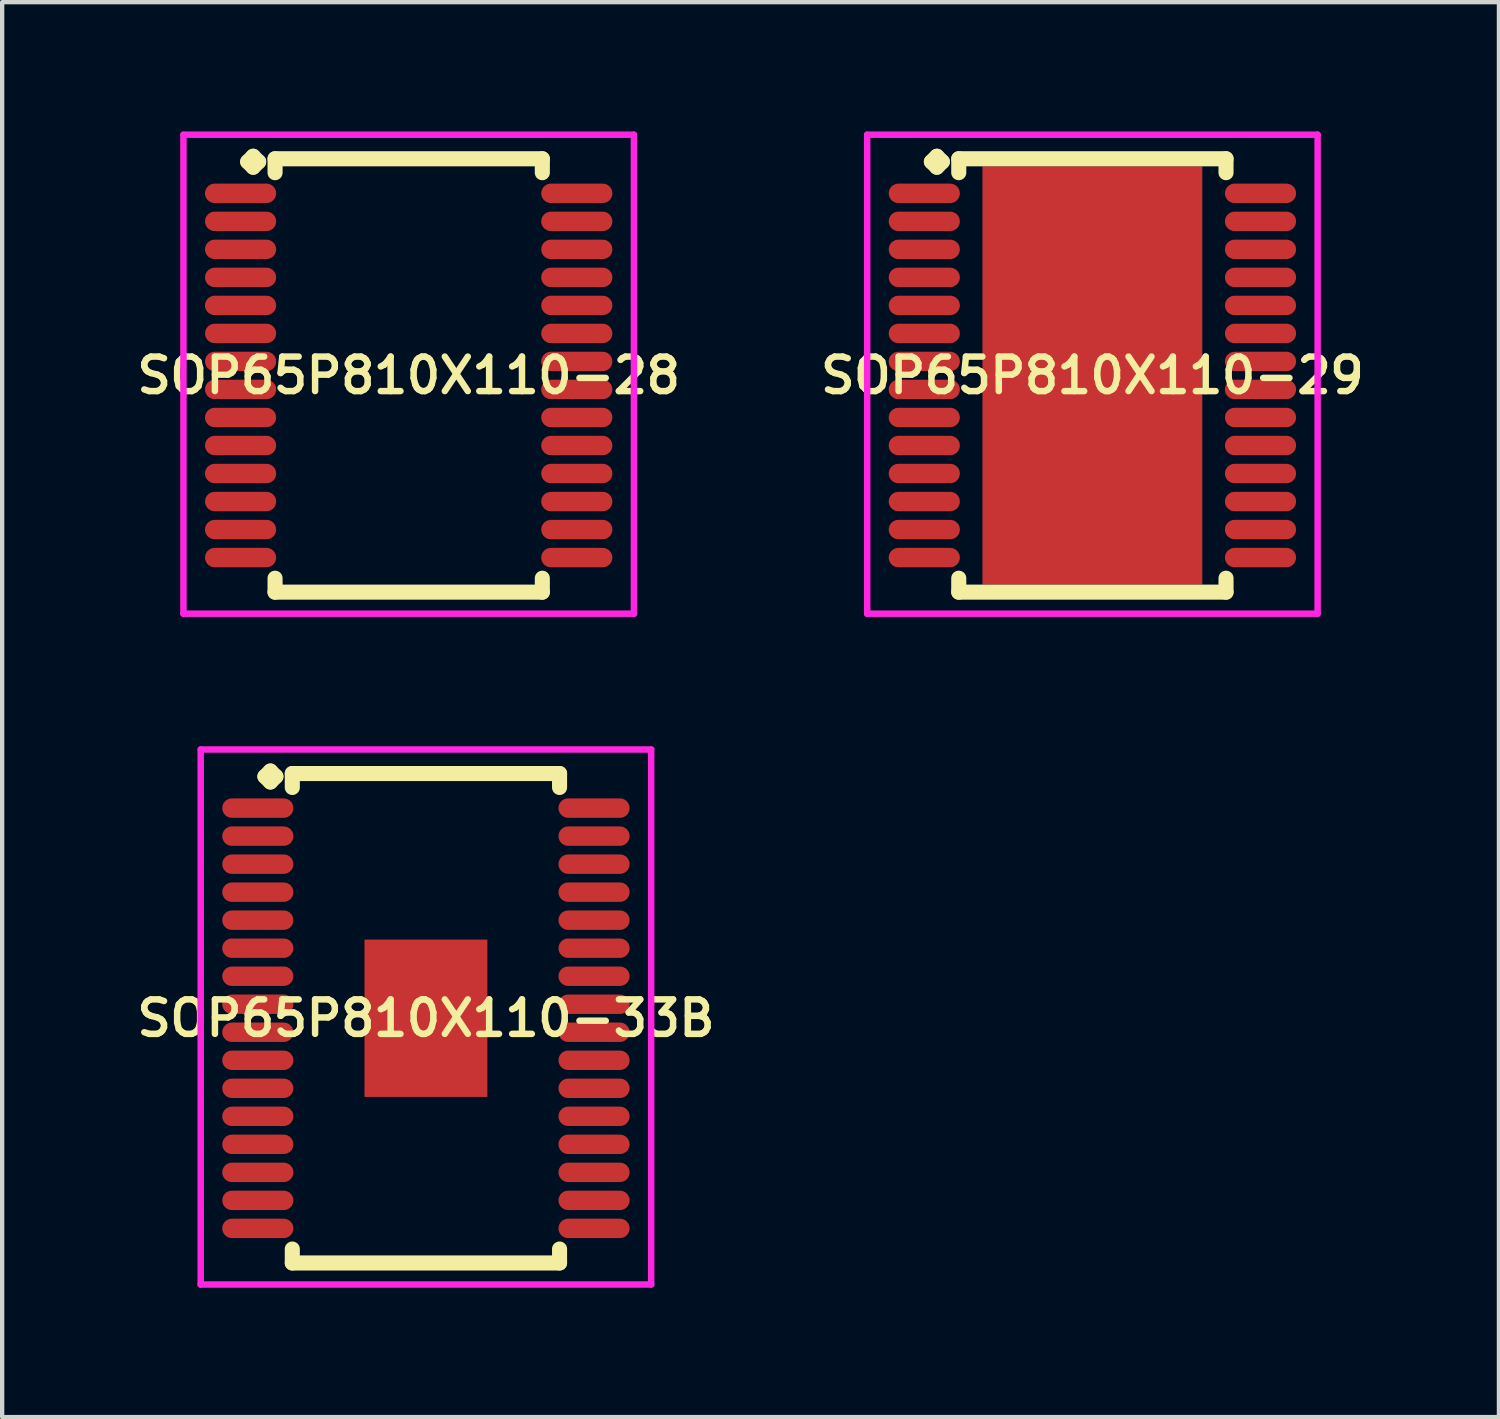
<source format=kicad_pcb>
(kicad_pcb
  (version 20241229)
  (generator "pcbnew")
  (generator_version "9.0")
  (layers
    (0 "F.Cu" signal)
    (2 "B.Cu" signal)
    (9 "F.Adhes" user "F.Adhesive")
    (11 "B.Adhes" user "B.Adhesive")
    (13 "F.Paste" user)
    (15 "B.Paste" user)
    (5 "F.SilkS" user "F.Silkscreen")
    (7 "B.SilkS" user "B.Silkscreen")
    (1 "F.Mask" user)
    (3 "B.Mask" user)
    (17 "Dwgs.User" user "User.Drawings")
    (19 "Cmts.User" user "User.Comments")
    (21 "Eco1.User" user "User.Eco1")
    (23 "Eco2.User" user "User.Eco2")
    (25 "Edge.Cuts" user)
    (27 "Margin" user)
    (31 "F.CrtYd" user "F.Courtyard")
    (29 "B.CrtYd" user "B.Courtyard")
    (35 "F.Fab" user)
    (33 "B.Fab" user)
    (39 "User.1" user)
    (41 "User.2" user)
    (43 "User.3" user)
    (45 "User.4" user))
  (footprint "SOP65P810X110-29"
    (layer "F.Cu")
    (at 22.292 5.66)
    (property "Reference" "SOP65P810X110-29" (at 0 0 0) (layer "F.SilkS") (effects (font (size 0.8 0.8) (thickness 0.15))))
    (attr smd)
    (fp_line (start -3.735 -4.958) (end -3.608 -5.085) (stroke (width 0.35) (type solid)) (layer "F.SilkS"))
    (fp_line (start -3.608 -5.085) (end -3.481 -4.958) (stroke (width 0.35) (type solid)) (layer "F.SilkS"))
    (fp_line (start -3.608 -4.831) (end -3.735 -4.958) (stroke (width 0.35) (type solid)) (layer "F.SilkS"))
    (fp_line (start -3.481 -4.958) (end -3.608 -4.831) (stroke (width 0.35) (type solid)) (layer "F.SilkS"))
    (fp_line (start -3.1 -5.027) (end 3.1 -5.027) (stroke (width 0.35) (type solid)) (layer "F.SilkS"))
    (fp_line (start -3.1 -4.704) (end -3.1 -5.027) (stroke (width 0.35) (type solid)) (layer "F.SilkS"))
    (fp_line (start -3.1 4.704) (end -3.1 5.027) (stroke (width 0.35) (type solid)) (layer "F.SilkS"))
    (fp_line (start -3.1 5.027) (end 3.1 5.027) (stroke (width 0.35) (type solid)) (layer "F.SilkS"))
    (fp_line (start 3.1 -5.027) (end 3.1 -4.704) (stroke (width 0.35) (type solid)) (layer "F.SilkS"))
    (fp_line (start 3.1 5.027) (end 3.1 4.704) (stroke (width 0.35) (type solid)) (layer "F.SilkS"))
    (fp_line (start -5.225 -5.585) (end 5.225 -5.585) (stroke (width 0.15) (type solid)) (layer "F.CrtYd"))
    (fp_line (start -5.225 5.527) (end -5.225 -5.585) (stroke (width 0.15) (type solid)) (layer "F.CrtYd"))
    (fp_line (start 5.225 -5.585) (end 5.225 5.527) (stroke (width 0.15) (type solid)) (layer "F.CrtYd"))
    (fp_line (start 5.225 5.527) (end -5.225 5.527) (stroke (width 0.15) (type solid)) (layer "F.CrtYd"))
    (pad "1" smd oval (at -3.9 -4.225) (size 1.65 0.45) (layers "F.Cu" "F.Mask" "F.Paste"))
    (pad "2" smd oval (at -3.9 -3.575) (size 1.65 0.45) (layers "F.Cu" "F.Mask" "F.Paste"))
    (pad "3" smd oval (at -3.9 -2.925) (size 1.65 0.45) (layers "F.Cu" "F.Mask" "F.Paste"))
    (pad "4" smd oval (at -3.9 -2.275) (size 1.65 0.45) (layers "F.Cu" "F.Mask" "F.Paste"))
    (pad "5" smd oval (at -3.9 -1.625) (size 1.65 0.45) (layers "F.Cu" "F.Mask" "F.Paste"))
    (pad "6" smd oval (at -3.9 -0.975) (size 1.65 0.45) (layers "F.Cu" "F.Mask" "F.Paste"))
    (pad "7" smd oval (at -3.9 -0.325) (size 1.65 0.45) (layers "F.Cu" "F.Mask" "F.Paste"))
    (pad "8" smd oval (at -3.9 0.325) (size 1.65 0.45) (layers "F.Cu" "F.Mask" "F.Paste"))
    (pad "9" smd oval (at -3.9 0.975) (size 1.65 0.45) (layers "F.Cu" "F.Mask" "F.Paste"))
    (pad "10" smd oval (at -3.9 1.625) (size 1.65 0.45) (layers "F.Cu" "F.Mask" "F.Paste"))
    (pad "11" smd oval (at -3.9 2.275) (size 1.65 0.45) (layers "F.Cu" "F.Mask" "F.Paste"))
    (pad "12" smd oval (at -3.9 2.925) (size 1.65 0.45) (layers "F.Cu" "F.Mask" "F.Paste"))
    (pad "13" smd oval (at -3.9 3.575) (size 1.65 0.45) (layers "F.Cu" "F.Mask" "F.Paste"))
    (pad "14" smd oval (at -3.9 4.225) (size 1.65 0.45) (layers "F.Cu" "F.Mask" "F.Paste"))
    (pad "15" smd oval (at 3.9 4.225) (size 1.65 0.45) (layers "F.Cu" "F.Mask" "F.Paste"))
    (pad "16" smd oval (at 3.9 3.575) (size 1.65 0.45) (layers "F.Cu" "F.Mask" "F.Paste"))
    (pad "17" smd oval (at 3.9 2.925) (size 1.65 0.45) (layers "F.Cu" "F.Mask" "F.Paste"))
    (pad "18" smd oval (at 3.9 2.275) (size 1.65 0.45) (layers "F.Cu" "F.Mask" "F.Paste"))
    (pad "19" smd oval (at 3.9 1.625) (size 1.65 0.45) (layers "F.Cu" "F.Mask" "F.Paste"))
    (pad "20" smd oval (at 3.9 0.975) (size 1.65 0.45) (layers "F.Cu" "F.Mask" "F.Paste"))
    (pad "21" smd oval (at 3.9 0.325) (size 1.65 0.45) (layers "F.Cu" "F.Mask" "F.Paste"))
    (pad "22" smd oval (at 3.9 -0.325) (size 1.65 0.45) (layers "F.Cu" "F.Mask" "F.Paste"))
    (pad "23" smd oval (at 3.9 -0.975) (size 1.65 0.45) (layers "F.Cu" "F.Mask" "F.Paste"))
    (pad "24" smd oval (at 3.9 -1.625) (size 1.65 0.45) (layers "F.Cu" "F.Mask" "F.Paste"))
    (pad "25" smd oval (at 3.9 -2.275) (size 1.65 0.45) (layers "F.Cu" "F.Mask" "F.Paste"))
    (pad "26" smd oval (at 3.9 -2.925) (size 1.65 0.45) (layers "F.Cu" "F.Mask" "F.Paste"))
    (pad "27" smd oval (at 3.9 -3.575) (size 1.65 0.45) (layers "F.Cu" "F.Mask" "F.Paste"))
    (pad "28" smd oval (at 3.9 -4.225) (size 1.65 0.45) (layers "F.Cu" "F.Mask" "F.Paste"))
    (pad "29" smd rect (at 0 0) (size 5.1 9.7) (layers "F.Cu" "F.Mask" "F.Paste")))
  (footprint "SOP65P810X110-28"
    (layer "F.Cu")
    (at 6.431 5.66)
    (property "Reference" "SOP65P810X110-28" (at 0 0 0) (layer "F.SilkS") (effects (font (size 0.8 0.8) (thickness 0.15))))
    (attr smd)
    (fp_line (start -3.735 -4.958) (end -3.608 -5.085) (stroke (width 0.35) (type solid)) (layer "F.SilkS"))
    (fp_line (start -3.608 -5.085) (end -3.481 -4.958) (stroke (width 0.35) (type solid)) (layer "F.SilkS"))
    (fp_line (start -3.608 -4.831) (end -3.735 -4.958) (stroke (width 0.35) (type solid)) (layer "F.SilkS"))
    (fp_line (start -3.481 -4.958) (end -3.608 -4.831) (stroke (width 0.35) (type solid)) (layer "F.SilkS"))
    (fp_line (start -3.1 -5.027) (end 3.1 -5.027) (stroke (width 0.35) (type solid)) (layer "F.SilkS"))
    (fp_line (start -3.1 -4.704) (end -3.1 -5.027) (stroke (width 0.35) (type solid)) (layer "F.SilkS"))
    (fp_line (start -3.1 4.704) (end -3.1 5.027) (stroke (width 0.35) (type solid)) (layer "F.SilkS"))
    (fp_line (start -3.1 5.027) (end 3.1 5.027) (stroke (width 0.35) (type solid)) (layer "F.SilkS"))
    (fp_line (start 3.1 -5.027) (end 3.1 -4.704) (stroke (width 0.35) (type solid)) (layer "F.SilkS"))
    (fp_line (start 3.1 5.027) (end 3.1 4.704) (stroke (width 0.35) (type solid)) (layer "F.SilkS"))
    (fp_line (start -5.225 -5.585) (end 5.225 -5.585) (stroke (width 0.15) (type solid)) (layer "F.CrtYd"))
    (fp_line (start -5.225 5.527) (end -5.225 -5.585) (stroke (width 0.15) (type solid)) (layer "F.CrtYd"))
    (fp_line (start 5.225 -5.585) (end 5.225 5.527) (stroke (width 0.15) (type solid)) (layer "F.CrtYd"))
    (fp_line (start 5.225 5.527) (end -5.225 5.527) (stroke (width 0.15) (type solid)) (layer "F.CrtYd"))
    (pad "1" smd oval (at -3.9 -4.225) (size 1.65 0.45) (layers "F.Cu" "F.Mask" "F.Paste"))
    (pad "2" smd oval (at -3.9 -3.575) (size 1.65 0.45) (layers "F.Cu" "F.Mask" "F.Paste"))
    (pad "3" smd oval (at -3.9 -2.925) (size 1.65 0.45) (layers "F.Cu" "F.Mask" "F.Paste"))
    (pad "4" smd oval (at -3.9 -2.275) (size 1.65 0.45) (layers "F.Cu" "F.Mask" "F.Paste"))
    (pad "5" smd oval (at -3.9 -1.625) (size 1.65 0.45) (layers "F.Cu" "F.Mask" "F.Paste"))
    (pad "6" smd oval (at -3.9 -0.975) (size 1.65 0.45) (layers "F.Cu" "F.Mask" "F.Paste"))
    (pad "7" smd oval (at -3.9 -0.325) (size 1.65 0.45) (layers "F.Cu" "F.Mask" "F.Paste"))
    (pad "8" smd oval (at -3.9 0.325) (size 1.65 0.45) (layers "F.Cu" "F.Mask" "F.Paste"))
    (pad "9" smd oval (at -3.9 0.975) (size 1.65 0.45) (layers "F.Cu" "F.Mask" "F.Paste"))
    (pad "10" smd oval (at -3.9 1.625) (size 1.65 0.45) (layers "F.Cu" "F.Mask" "F.Paste"))
    (pad "11" smd oval (at -3.9 2.275) (size 1.65 0.45) (layers "F.Cu" "F.Mask" "F.Paste"))
    (pad "12" smd oval (at -3.9 2.925) (size 1.65 0.45) (layers "F.Cu" "F.Mask" "F.Paste"))
    (pad "13" smd oval (at -3.9 3.575) (size 1.65 0.45) (layers "F.Cu" "F.Mask" "F.Paste"))
    (pad "14" smd oval (at -3.9 4.225) (size 1.65 0.45) (layers "F.Cu" "F.Mask" "F.Paste"))
    (pad "15" smd oval (at 3.9 4.225) (size 1.65 0.45) (layers "F.Cu" "F.Mask" "F.Paste"))
    (pad "16" smd oval (at 3.9 3.575) (size 1.65 0.45) (layers "F.Cu" "F.Mask" "F.Paste"))
    (pad "17" smd oval (at 3.9 2.925) (size 1.65 0.45) (layers "F.Cu" "F.Mask" "F.Paste"))
    (pad "18" smd oval (at 3.9 2.275) (size 1.65 0.45) (layers "F.Cu" "F.Mask" "F.Paste"))
    (pad "19" smd oval (at 3.9 1.625) (size 1.65 0.45) (layers "F.Cu" "F.Mask" "F.Paste"))
    (pad "20" smd oval (at 3.9 0.975) (size 1.65 0.45) (layers "F.Cu" "F.Mask" "F.Paste"))
    (pad "21" smd oval (at 3.9 0.325) (size 1.65 0.45) (layers "F.Cu" "F.Mask" "F.Paste"))
    (pad "22" smd oval (at 3.9 -0.325) (size 1.65 0.45) (layers "F.Cu" "F.Mask" "F.Paste"))
    (pad "23" smd oval (at 3.9 -0.975) (size 1.65 0.45) (layers "F.Cu" "F.Mask" "F.Paste"))
    (pad "24" smd oval (at 3.9 -1.625) (size 1.65 0.45) (layers "F.Cu" "F.Mask" "F.Paste"))
    (pad "25" smd oval (at 3.9 -2.275) (size 1.65 0.45) (layers "F.Cu" "F.Mask" "F.Paste"))
    (pad "26" smd oval (at 3.9 -2.925) (size 1.65 0.45) (layers "F.Cu" "F.Mask" "F.Paste"))
    (pad "27" smd oval (at 3.9 -3.575) (size 1.65 0.45) (layers "F.Cu" "F.Mask" "F.Paste"))
    (pad "28" smd oval (at 3.9 -4.225) (size 1.65 0.45) (layers "F.Cu" "F.Mask" "F.Paste")))
  (footprint "SOP65P810X110-33B"
    (layer "F.Cu")
    (at 6.831 20.572)
    (property "Reference" "SOP65P810X110-33B" (at 0 0 0) (layer "F.SilkS") (effects (font (size 0.8 0.8) (thickness 0.15))))
    (attr smd)
    (fp_line (start -3.735 -5.608) (end -3.608 -5.735) (stroke (width 0.35) (type solid)) (layer "F.SilkS"))
    (fp_line (start -3.608 -5.735) (end -3.481 -5.608) (stroke (width 0.35) (type solid)) (layer "F.SilkS"))
    (fp_line (start -3.608 -5.481) (end -3.735 -5.608) (stroke (width 0.35) (type solid)) (layer "F.SilkS"))
    (fp_line (start -3.481 -5.608) (end -3.608 -5.481) (stroke (width 0.35) (type solid)) (layer "F.SilkS"))
    (fp_line (start -3.1 -5.677) (end 3.1 -5.677) (stroke (width 0.35) (type solid)) (layer "F.SilkS"))
    (fp_line (start -3.1 -5.354) (end -3.1 -5.677) (stroke (width 0.35) (type solid)) (layer "F.SilkS"))
    (fp_line (start -3.1 5.354) (end -3.1 5.677) (stroke (width 0.35) (type solid)) (layer "F.SilkS"))
    (fp_line (start -3.1 5.677) (end 3.1 5.677) (stroke (width 0.35) (type solid)) (layer "F.SilkS"))
    (fp_line (start 3.1 -5.677) (end 3.1 -5.354) (stroke (width 0.35) (type solid)) (layer "F.SilkS"))
    (fp_line (start 3.1 5.677) (end 3.1 5.354) (stroke (width 0.35) (type solid)) (layer "F.SilkS"))
    (fp_line (start -5.225 -6.235) (end 5.225 -6.235) (stroke (width 0.15) (type solid)) (layer "F.CrtYd"))
    (fp_line (start -5.225 6.177) (end -5.225 -6.235) (stroke (width 0.15) (type solid)) (layer "F.CrtYd"))
    (fp_line (start 5.225 -6.235) (end 5.225 6.177) (stroke (width 0.15) (type solid)) (layer "F.CrtYd"))
    (fp_line (start 5.225 6.177) (end -5.225 6.177) (stroke (width 0.15) (type solid)) (layer "F.CrtYd"))
    (pad "1" smd oval (at -3.9 -4.875) (size 1.65 0.45) (layers "F.Cu" "F.Mask" "F.Paste"))
    (pad "2" smd oval (at -3.9 -4.225) (size 1.65 0.45) (layers "F.Cu" "F.Mask" "F.Paste"))
    (pad "3" smd oval (at -3.9 -3.575) (size 1.65 0.45) (layers "F.Cu" "F.Mask" "F.Paste"))
    (pad "4" smd oval (at -3.9 -2.925) (size 1.65 0.45) (layers "F.Cu" "F.Mask" "F.Paste"))
    (pad "5" smd oval (at -3.9 -2.275) (size 1.65 0.45) (layers "F.Cu" "F.Mask" "F.Paste"))
    (pad "6" smd oval (at -3.9 -1.625) (size 1.65 0.45) (layers "F.Cu" "F.Mask" "F.Paste"))
    (pad "7" smd oval (at -3.9 -0.975) (size 1.65 0.45) (layers "F.Cu" "F.Mask" "F.Paste"))
    (pad "8" smd oval (at -3.9 -0.325) (size 1.65 0.45) (layers "F.Cu" "F.Mask" "F.Paste"))
    (pad "9" smd oval (at -3.9 0.325) (size 1.65 0.45) (layers "F.Cu" "F.Mask" "F.Paste"))
    (pad "10" smd oval (at -3.9 0.975) (size 1.65 0.45) (layers "F.Cu" "F.Mask" "F.Paste"))
    (pad "11" smd oval (at -3.9 1.625) (size 1.65 0.45) (layers "F.Cu" "F.Mask" "F.Paste"))
    (pad "12" smd oval (at -3.9 2.275) (size 1.65 0.45) (layers "F.Cu" "F.Mask" "F.Paste"))
    (pad "13" smd oval (at -3.9 2.925) (size 1.65 0.45) (layers "F.Cu" "F.Mask" "F.Paste"))
    (pad "14" smd oval (at -3.9 3.575) (size 1.65 0.45) (layers "F.Cu" "F.Mask" "F.Paste"))
    (pad "15" smd oval (at -3.9 4.225) (size 1.65 0.45) (layers "F.Cu" "F.Mask" "F.Paste"))
    (pad "16" smd oval (at -3.9 4.875) (size 1.65 0.45) (layers "F.Cu" "F.Mask" "F.Paste"))
    (pad "17" smd oval (at 3.9 4.875) (size 1.65 0.45) (layers "F.Cu" "F.Mask" "F.Paste"))
    (pad "18" smd oval (at 3.9 4.225) (size 1.65 0.45) (layers "F.Cu" "F.Mask" "F.Paste"))
    (pad "19" smd oval (at 3.9 3.575) (size 1.65 0.45) (layers "F.Cu" "F.Mask" "F.Paste"))
    (pad "20" smd oval (at 3.9 2.925) (size 1.65 0.45) (layers "F.Cu" "F.Mask" "F.Paste"))
    (pad "21" smd oval (at 3.9 2.275) (size 1.65 0.45) (layers "F.Cu" "F.Mask" "F.Paste"))
    (pad "22" smd oval (at 3.9 1.625) (size 1.65 0.45) (layers "F.Cu" "F.Mask" "F.Paste"))
    (pad "23" smd oval (at 3.9 0.975) (size 1.65 0.45) (layers "F.Cu" "F.Mask" "F.Paste"))
    (pad "24" smd oval (at 3.9 0.325) (size 1.65 0.45) (layers "F.Cu" "F.Mask" "F.Paste"))
    (pad "25" smd oval (at 3.9 -0.325) (size 1.65 0.45) (layers "F.Cu" "F.Mask" "F.Paste"))
    (pad "26" smd oval (at 3.9 -0.975) (size 1.65 0.45) (layers "F.Cu" "F.Mask" "F.Paste"))
    (pad "27" smd oval (at 3.9 -1.625) (size 1.65 0.45) (layers "F.Cu" "F.Mask" "F.Paste"))
    (pad "28" smd oval (at 3.9 -2.275) (size 1.65 0.45) (layers "F.Cu" "F.Mask" "F.Paste"))
    (pad "29" smd oval (at 3.9 -2.925) (size 1.65 0.45) (layers "F.Cu" "F.Mask" "F.Paste"))
    (pad "30" smd oval (at 3.9 -3.575) (size 1.65 0.45) (layers "F.Cu" "F.Mask" "F.Paste"))
    (pad "31" smd oval (at 3.9 -4.225) (size 1.65 0.45) (layers "F.Cu" "F.Mask" "F.Paste"))
    (pad "32" smd oval (at 3.9 -4.875) (size 1.65 0.45) (layers "F.Cu" "F.Mask" "F.Paste"))
    (pad "33" smd rect (at 0 0) (size 2.85 3.65) (layers "F.Cu" "F.Mask" "F.Paste")))
  (gr_rect
    (start -3 -3)
    (end 31.723 29.824)
    (stroke (width 0.1) (type default))
    (fill no)
    (layer "Edge.Cuts")))
</source>
